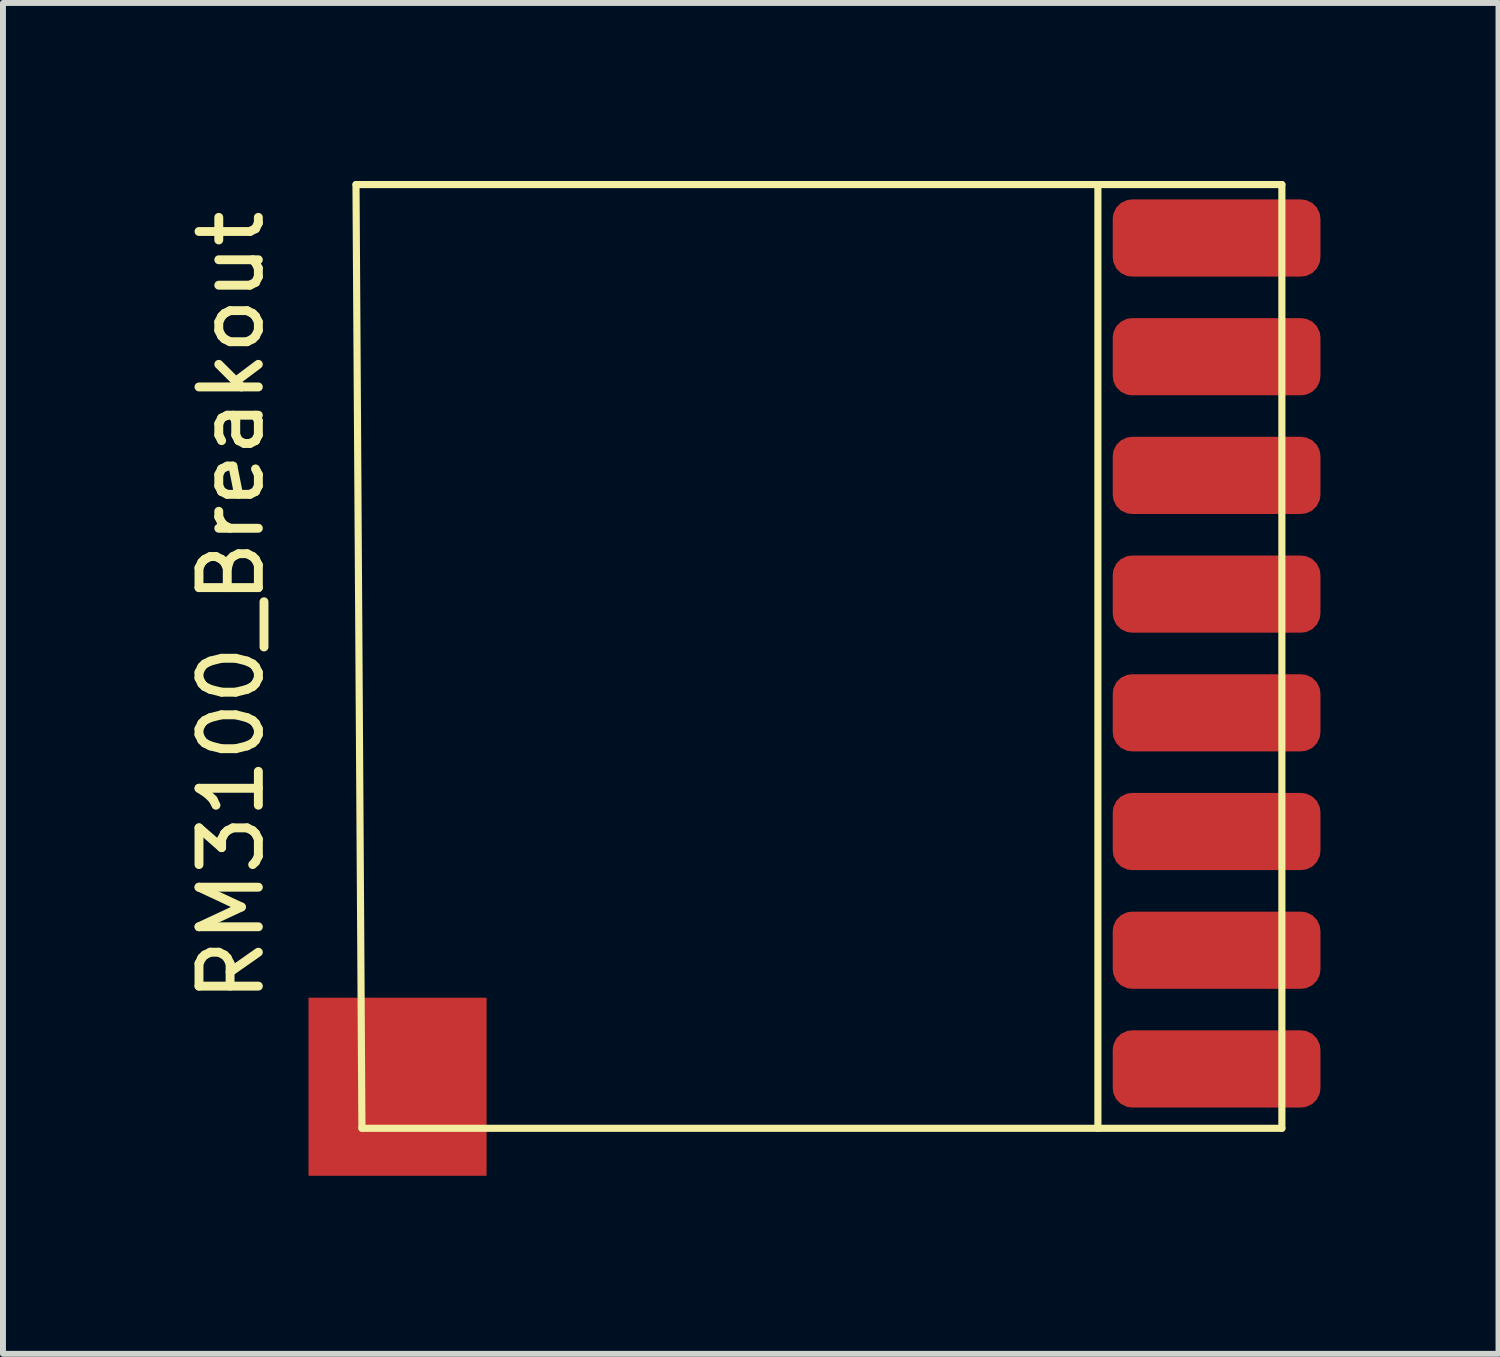
<source format=kicad_pcb>
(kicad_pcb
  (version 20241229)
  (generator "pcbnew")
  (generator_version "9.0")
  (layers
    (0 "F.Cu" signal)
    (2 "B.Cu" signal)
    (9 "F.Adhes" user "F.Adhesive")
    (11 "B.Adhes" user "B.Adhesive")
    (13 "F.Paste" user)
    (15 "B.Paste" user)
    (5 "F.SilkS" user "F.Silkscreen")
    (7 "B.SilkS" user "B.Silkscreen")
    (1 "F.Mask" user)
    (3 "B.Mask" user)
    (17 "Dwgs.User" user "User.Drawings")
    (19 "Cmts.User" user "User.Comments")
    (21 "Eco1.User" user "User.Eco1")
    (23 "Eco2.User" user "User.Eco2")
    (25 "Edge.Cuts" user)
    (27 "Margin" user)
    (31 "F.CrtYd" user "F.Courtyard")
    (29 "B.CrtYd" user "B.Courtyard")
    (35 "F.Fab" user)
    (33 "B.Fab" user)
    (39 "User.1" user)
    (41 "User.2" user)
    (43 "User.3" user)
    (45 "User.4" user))
  (footprint "RM3100_Breakout"
    (layer "F.Cu")
    (at 10.748 7.86)
    (property "Reference" "RM3100_Breakout" (at -9.9 -0.7 90) (layer "F.SilkS") (effects (font (size 1 1) (thickness 0.15))))
    (attr smd)
    (fp_line (start -7.8 -7.8) (end 7.8 -7.8) (stroke (width 0.12) (type solid)) (layer "F.SilkS"))
    (fp_line (start -7.7 8.1) (end -7.8 -7.8) (stroke (width 0.12) (type solid)) (layer "F.SilkS"))
    (fp_line (start 4.7 8.1) (end 4.7 -7.8) (stroke (width 0.12) (type solid)) (layer "F.SilkS"))
    (fp_line (start 7.8 -7.8) (end 7.8 8.1) (stroke (width 0.12) (type solid)) (layer "F.SilkS"))
    (fp_line (start 7.8 8.1) (end -7.7 8.1) (stroke (width 0.12) (type solid)) (layer "F.SilkS"))
    (pad "1" smd roundrect (at 6.7 7.1) (size 3.5 1.3) (layers "F.Cu" "F.Mask" "F.Paste") (roundrect_rratio 0.25))
    (pad "2" smd roundrect (at 6.7 5.1) (size 3.5 1.3) (layers "F.Cu" "F.Mask" "F.Paste") (roundrect_rratio 0.25))
    (pad "3" smd roundrect (at 6.7 3.1) (size 3.5 1.3) (layers "F.Cu" "F.Mask" "F.Paste") (roundrect_rratio 0.25))
    (pad "4" smd roundrect (at 6.7 1.1) (size 3.5 1.3) (layers "F.Cu" "F.Mask" "F.Paste") (roundrect_rratio 0.25))
    (pad "5" smd roundrect (at 6.7 -0.9) (size 3.5 1.3) (layers "F.Cu" "F.Mask" "F.Paste") (roundrect_rratio 0.25))
    (pad "6" smd roundrect (at 6.7 -2.9) (size 3.5 1.3) (layers "F.Cu" "F.Mask" "F.Paste") (roundrect_rratio 0.25))
    (pad "7" smd roundrect (at 6.7 -4.9) (size 3.5 1.3) (layers "F.Cu" "F.Mask" "F.Paste") (roundrect_rratio 0.25))
    (pad "8" smd roundrect (at 6.7 -6.9) (size 3.5 1.3) (layers "F.Cu" "F.Mask" "F.Paste") (roundrect_rratio 0.25))
    (pad "9" smd rect (at -7.1 7.4) (size 3 3) (layers "F.Cu" "F.Mask" "F.Paste")))
  (gr_rect
    (start -3 -3)
    (end 22.198 19.76)
    (stroke (width 0.1) (type default))
    (fill no)
    (layer "Edge.Cuts")))
</source>
